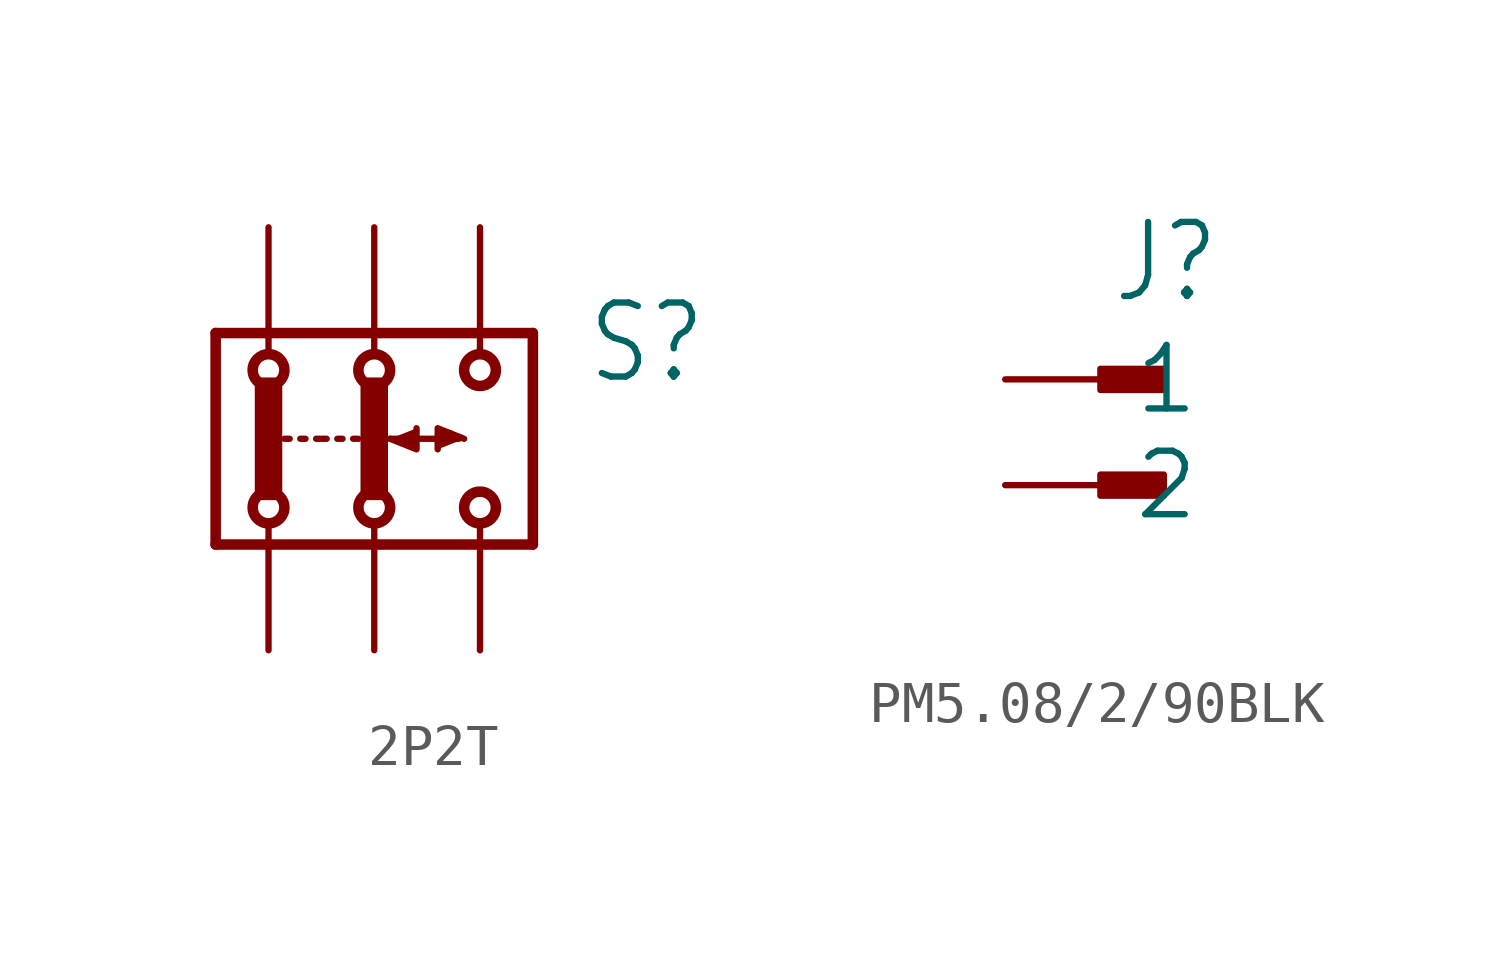
<source format=kicad_sym>
(kicad_symbol_lib
  (version 20241209)
  (generator "kicad_symbol_editor")
  (generator_version "9.0")
  (symbol "2P2T"
    (property "Reference" "S"
      (at 5.08 1.27 0)
      (effects (font (size 1.778 1.511)) (justify left bottom)))
    (property "Value" ""
      (at 5.08 -1.27 0)
      (effects (font (size 1.778 1.511)) (justify left bottom)))
    (property "ki_locked" ""
      (at 0 0 0)
      (effects (font (size 1.27 1.27))))
    (symbol "2P2T_1_0"
      (polyline (pts (xy -3.81 2.54) (xy 3.81 2.54)) (stroke (width 0.254) (type solid)) (fill (type none)))
      (polyline (pts (xy -3.81 -2.54) (xy -3.81 2.54)) (stroke (width 0.254) (type solid)) (fill (type none)))
      (rectangle (start -2.794 -1.397) (end -2.286 1.397) (stroke (width 0) (type default)) (fill (type outline)))
      (polyline (pts (xy -2.54 2.413) (xy -2.54 2.032)) (stroke (width 0.152) (type solid)) (fill (type none)))
      (circle (center -2.54 1.651) (radius 0.381) (stroke (width 0.254) (type solid)) (fill (type none)))
      (circle (center -2.54 -1.651) (radius 0.381) (stroke (width 0.254) (type solid)) (fill (type none)))
      (polyline (pts (xy -2.54 -2.413) (xy -2.54 -2.032)) (stroke (width 0.152) (type solid)) (fill (type none)))
      (polyline (pts (xy -2.159 0) (xy -2.032 0)) (stroke (width 0.152) (type solid)) (fill (type none)))
      (polyline (pts (xy -1.778 0) (xy -1.651 0)) (stroke (width 0.152) (type solid)) (fill (type none)))
      (polyline (pts (xy -1.397 0) (xy -1.143 0)) (stroke (width 0.152) (type solid)) (fill (type none)))
      (polyline (pts (xy -0.889 0) (xy -0.762 0)) (stroke (width 0.152) (type solid)) (fill (type none)))
      (polyline (pts (xy -0.508 0) (xy -0.381 0)) (stroke (width 0.152) (type solid)) (fill (type none)))
      (rectangle (start -0.254 -1.397) (end 0.254 1.397) (stroke (width 0) (type default)) (fill (type outline)))
      (polyline (pts (xy 0 2.413) (xy 0 2.032)) (stroke (width 0.152) (type solid)) (fill (type none)))
      (circle (center 0 1.651) (radius 0.381) (stroke (width 0.254) (type solid)) (fill (type none)))
      (circle (center 0 -1.651) (radius 0.381) (stroke (width 0.254) (type solid)) (fill (type none)))
      (polyline (pts (xy 0 -2.413) (xy 0 -2.032)) (stroke (width 0.152) (type solid)) (fill (type none)))
      (polyline (pts (xy 0.381 0) (xy 2.032 0)) (stroke (width 0.152) (type solid)) (fill (type none)))
      (polyline (pts (xy 0.381 0) (xy 1.016 -0.254) (xy 1.016 0.254)) (stroke (width 0.152) (type solid)) (fill (type outline)))
      (polyline (pts (xy 2.159 0) (xy 1.524 0.254) (xy 1.524 -0.254)) (stroke (width 0.152) (type solid)) (fill (type outline)))
      (polyline (pts (xy 2.54 2.413) (xy 2.54 2.032)) (stroke (width 0.152) (type solid)) (fill (type none)))
      (circle (center 2.54 1.651) (radius 0.381) (stroke (width 0.254) (type solid)) (fill (type none)))
      (circle (center 2.54 -1.651) (radius 0.381) (stroke (width 0.254) (type solid)) (fill (type none)))
      (polyline (pts (xy 2.54 -2.413) (xy 2.54 -2.032)) (stroke (width 0.152) (type solid)) (fill (type none)))
      (polyline (pts (xy 3.81 2.54) (xy 3.81 -2.54)) (stroke (width 0.254) (type solid)) (fill (type none)))
      (polyline (pts (xy 3.81 -2.54) (xy -3.81 -2.54)) (stroke (width 0.254) (type solid)) (fill (type none)))
      (pin passive line (at -2.54 5.08 270) (length 2.54) (name "1.1" (effects (font (size 0 0)))) (number "1.1" (effects (font (size 0 0)))))
      (pin passive line (at -2.54 -5.08 90) (length 2.54) (name "1.2" (effects (font (size 0 0)))) (number "1.2" (effects (font (size 0 0)))))
      (pin passive line (at 0 5.08 270) (length 2.54) (name "2.1" (effects (font (size 0 0)))) (number "2.1" (effects (font (size 0 0)))))
      (pin passive line (at 0 -5.08 90) (length 2.54) (name "2.2" (effects (font (size 0 0)))) (number "2.2" (effects (font (size 0 0)))))
      (pin passive line (at 2.54 5.08 270) (length 2.54) (name "3.1" (effects (font (size 0 0)))) (number "3.1" (effects (font (size 0 0)))))
      (pin passive line (at 2.54 -5.08 90) (length 2.54) (name "3.2" (effects (font (size 0 0)))) (number "3.2" (effects (font (size 0 0)))))))
  (symbol "PM5.08/2/90BLK"
    (property "Reference" "J"
      (at 2.54 1.778 0)
      (effects (font (size 1.778 1.511)) (justify left bottom)))
    (property "Value" ""
      (at 2.54 -5.842 0)
      (effects (font (size 1.778 1.511)) (justify left bottom)))
    (property "ki_locked" ""
      (at 0 0 0)
      (effects (font (size 1.27 1.27))))
    (symbol "PM5.08/2/90BLK_1_0"
      (rectangle (start 2.286 -0.254) (end 3.81 0.254) (stroke (width 0) (type default)) (fill (type outline)))
      (rectangle (start 2.286 -2.794) (end 3.81 -2.286) (stroke (width 0) (type default)) (fill (type outline)))
      (pin passive line (at 0 0 0) (length 2.54) (name "1" (effects (font (size 1.524 1.524)))) (number "1" (effects (font (size 0 0)))))
      (pin passive line (at 0 -2.54 0) (length 2.54) (name "2" (effects (font (size 1.524 1.524)))) (number "2" (effects (font (size 0 0))))))))
</source>
